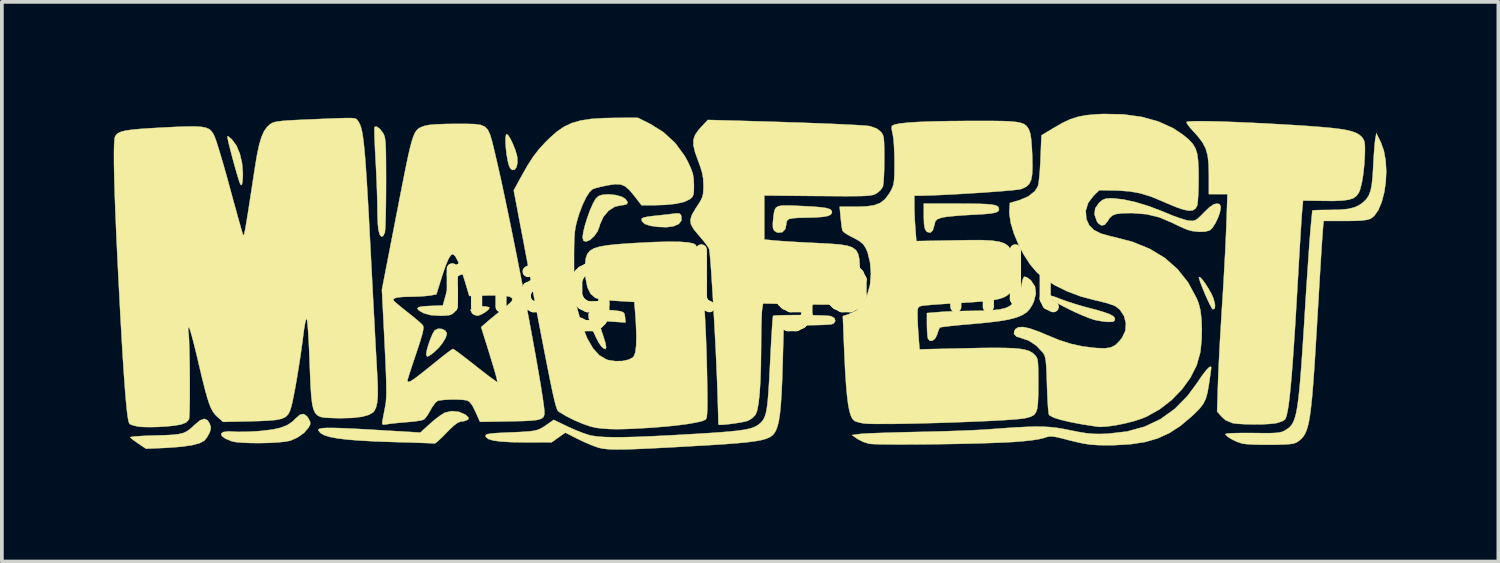
<source format=kicad_pcb>
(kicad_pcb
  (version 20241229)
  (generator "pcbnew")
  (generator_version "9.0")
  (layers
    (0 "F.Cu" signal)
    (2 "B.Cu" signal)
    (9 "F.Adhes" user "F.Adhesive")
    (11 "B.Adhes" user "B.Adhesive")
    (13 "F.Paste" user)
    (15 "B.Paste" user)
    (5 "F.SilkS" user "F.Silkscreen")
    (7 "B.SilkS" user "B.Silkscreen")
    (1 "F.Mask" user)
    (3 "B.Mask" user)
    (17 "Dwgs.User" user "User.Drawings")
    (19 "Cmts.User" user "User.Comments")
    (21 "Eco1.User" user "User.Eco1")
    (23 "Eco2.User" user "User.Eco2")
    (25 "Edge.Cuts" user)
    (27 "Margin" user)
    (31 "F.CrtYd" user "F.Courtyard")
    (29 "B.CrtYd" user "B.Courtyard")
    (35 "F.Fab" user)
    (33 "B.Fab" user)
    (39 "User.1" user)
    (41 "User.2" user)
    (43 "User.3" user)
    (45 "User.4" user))
  (footprint "mag-logo-fill"
    (layer "F.Cu")
    (at 17.056 4.482)
    (property "Reference" "mag-logo-fill" (at 0 0 0) (layer "F.SilkS") (effects (font (size 1.524 1.524) (thickness 0.3))))
    (attr through_hole)
    (fp_poly (pts (xy -7.091 0.684) (xy -7.006 0.7) (xy -6.985 0.717) (xy -7.019 0.772) (xy -7.103 0.839) (xy -7.205 0.898) (xy -7.297 0.93) (xy -7.314 0.931) (xy -7.411 0.901) (xy -7.45 0.868) (xy -7.493 0.781) (xy -7.456 0.719) (xy -7.342 0.684) (xy -7.219 0.677) (xy -7.091 0.684)) (stroke (width 0.01) (type solid)) (fill yes) (layer "F.SilkS"))
    (fp_poly (pts (xy 12.07 -0.094) (xy 12.134 -0.023) (xy 12.214 0.087) (xy 12.296 0.218) (xy 12.369 0.351) (xy 12.421 0.468) (xy 12.429 0.493) (xy 12.464 0.647) (xy 12.456 0.735) (xy 12.406 0.762) (xy 12.376 0.725) (xy 12.322 0.627) (xy 12.253 0.481) (xy 12.19 0.338) (xy 12.119 0.165) (xy 12.065 0.021) (xy 12.035 -0.075) (xy 12.032 -0.108) (xy 12.07 -0.094)) (stroke (width 0.01) (type solid)) (fill yes) (layer "F.SilkS"))
    (fp_poly (pts (xy -6.48 -3.9) (xy -6.421 -3.805) (xy -6.358 -3.673) (xy -6.299 -3.527) (xy -6.256 -3.388) (xy -6.241 -3.318) (xy -6.235 -3.169) (xy -6.261 -3.053) (xy -6.31 -2.984) (xy -6.374 -2.976) (xy -6.427 -3.018) (xy -6.463 -3.095) (xy -6.496 -3.222) (xy -6.524 -3.381) (xy -6.544 -3.551) (xy -6.555 -3.711) (xy -6.554 -3.841) (xy -6.54 -3.921) (xy -6.522 -3.937) (xy -6.48 -3.9)) (stroke (width 0.01) (type solid)) (fill yes) (layer "F.SilkS"))
    (fp_poly (pts (xy -1.898 -1.809) (xy -1.86 -1.781) (xy -1.843 -1.742) (xy -1.84 -1.622) (xy -1.91 -1.53) (xy -2.044 -1.469) (xy -2.235 -1.442) (xy -2.474 -1.45) (xy -2.682 -1.481) (xy -2.822 -1.528) (xy -2.899 -1.599) (xy -2.906 -1.672) (xy -2.861 -1.698) (xy -2.754 -1.722) (xy -2.621 -1.74) (xy -2.427 -1.76) (xy -2.222 -1.783) (xy -2.11 -1.797) (xy -1.973 -1.813) (xy -1.898 -1.809)) (stroke (width 0.01) (type solid)) (fill yes) (layer "F.SilkS"))
    (fp_poly (pts (xy -8.26 1.286) (xy -8.171 1.329) (xy -8.128 1.4) (xy -8.128 1.409) (xy -8.158 1.517) (xy -8.238 1.654) (xy -8.35 1.795) (xy -8.478 1.916) (xy -8.49 1.925) (xy -8.596 2.002) (xy -8.653 2.026) (xy -8.675 1.998) (xy -8.678 1.946) (xy -8.662 1.845) (xy -8.621 1.703) (xy -8.566 1.549) (xy -8.508 1.414) (xy -8.457 1.327) (xy -8.45 1.32) (xy -8.364 1.28) (xy -8.26 1.286)) (stroke (width 0.01) (type solid)) (fill yes) (layer "F.SilkS"))
    (fp_poly (pts (xy -13.986 -3.873) (xy -13.919 -3.82) (xy -13.884 -3.787) (xy -13.768 -3.629) (xy -13.677 -3.412) (xy -13.618 -3.157) (xy -13.596 -2.887) (xy -13.597 -2.815) (xy -13.607 -2.664) (xy -13.621 -2.587) (xy -13.643 -2.571) (xy -13.66 -2.587) (xy -13.683 -2.642) (xy -13.722 -2.761) (xy -13.771 -2.926) (xy -13.826 -3.12) (xy -13.881 -3.324) (xy -13.933 -3.52) (xy -13.975 -3.69) (xy -14.003 -3.817) (xy -14.012 -3.879) (xy -13.986 -3.873)) (stroke (width 0.01) (type solid)) (fill yes) (layer "F.SilkS"))
    (fp_poly (pts (xy -7.905 -0.046) (xy -7.866 0.055) (xy -7.843 0.2) (xy -7.835 0.368) (xy -7.843 0.539) (xy -7.868 0.693) (xy -7.911 0.81) (xy -7.934 0.843) (xy -7.992 0.891) (xy -8.071 0.918) (xy -8.196 0.93) (xy -8.314 0.931) (xy -8.568 0.914) (xy -8.749 0.863) (xy -8.76 0.857) (xy -8.878 0.789) (xy -8.921 0.738) (xy -8.886 0.703) (xy -8.772 0.68) (xy -8.587 0.669) (xy -8.235 0.656) (xy -8.165 0.402) (xy -8.098 0.175) (xy -8.044 0.024) (xy -7.997 -0.06) (xy -7.959 -0.085) (xy -7.905 -0.046)) (stroke (width 0.01) (type solid)) (fill yes) (layer "F.SilkS"))
    (fp_poly (pts (xy 8.034 0.386) (xy 8.16 0.422) (xy 8.337 0.489) (xy 8.502 0.55) (xy 8.713 0.618) (xy 8.933 0.682) (xy 9.011 0.703) (xy 9.291 0.777) (xy 9.497 0.839) (xy 9.639 0.891) (xy 9.727 0.938) (xy 9.77 0.983) (xy 9.779 1.02) (xy 9.765 1.071) (xy 9.709 1.094) (xy 9.599 1.097) (xy 9.444 1.082) (xy 9.27 1.051) (xy 9.21 1.036) (xy 9.084 0.993) (xy 8.909 0.922) (xy 8.711 0.835) (xy 8.575 0.77) (xy 8.346 0.653) (xy 8.168 0.552) (xy 8.045 0.471) (xy 7.979 0.414) (xy 7.974 0.384) (xy 8.034 0.386)) (stroke (width 0.01) (type solid)) (fill yes) (layer "F.SilkS"))
    (fp_poly (pts (xy -3.597 -2.303) (xy -3.437 -2.257) (xy -3.34 -2.197) (xy -3.282 -2.113) (xy -3.304 -2.058) (xy -3.404 -2.033) (xy -3.442 -2.032) (xy -3.626 -1.992) (xy -3.795 -1.882) (xy -3.933 -1.717) (xy -4.026 -1.512) (xy -4.041 -1.451) (xy -4.094 -1.322) (xy -4.183 -1.197) (xy -4.289 -1.102) (xy -4.389 -1.059) (xy -4.398 -1.058) (xy -4.464 -1.077) (xy -4.486 -1.15) (xy -4.487 -1.181) (xy -4.471 -1.309) (xy -4.427 -1.489) (xy -4.364 -1.693) (xy -4.29 -1.896) (xy -4.213 -2.072) (xy -4.208 -2.083) (xy -4.135 -2.208) (xy -4.064 -2.275) (xy -3.968 -2.308) (xy -3.958 -2.31) (xy -3.781 -2.323) (xy -3.597 -2.303)) (stroke (width 0.01) (type solid)) (fill yes) (layer "F.SilkS"))
    (fp_poly (pts (xy -3.696 0.783) (xy -3.609 0.792) (xy -3.472 0.813) (xy -3.398 0.839) (xy -3.365 0.884) (xy -3.353 0.962) (xy -3.352 0.969) (xy -3.338 1.113) (xy -3.68 1.09) (xy -3.859 1.08) (xy -3.969 1.09) (xy -4.018 1.132) (xy -4.016 1.221) (xy -3.973 1.369) (xy -3.937 1.471) (xy -3.878 1.66) (xy -3.858 1.779) (xy -3.877 1.827) (xy -3.934 1.802) (xy -3.993 1.744) (xy -4.061 1.644) (xy -4.14 1.491) (xy -4.219 1.314) (xy -4.284 1.142) (xy -4.323 1.003) (xy -4.328 0.966) (xy -4.331 0.888) (xy -4.31 0.844) (xy -4.247 0.818) (xy -4.123 0.797) (xy -4.096 0.793) (xy -3.904 0.779) (xy -3.696 0.783)) (stroke (width 0.01) (type solid)) (fill yes) (layer "F.SilkS"))
    (fp_poly (pts (xy -14.545 3.733) (xy -14.488 3.819) (xy -14.455 3.917) (xy -14.469 4.014) (xy -14.492 4.073) (xy -14.556 4.189) (xy -14.628 4.279) (xy -14.631 4.281) (xy -14.756 4.348) (xy -14.963 4.402) (xy -15.249 4.443) (xy -15.611 4.47) (xy -15.684 4.474) (xy -16.192 4.496) (xy -16.394 4.361) (xy -16.507 4.281) (xy -16.589 4.218) (xy -16.616 4.191) (xy -16.583 4.179) (xy -16.479 4.167) (xy -16.317 4.155) (xy -16.112 4.146) (xy -15.949 4.141) (xy -15.671 4.134) (xy -15.461 4.122) (xy -15.305 4.103) (xy -15.185 4.072) (xy -15.087 4.023) (xy -14.994 3.954) (xy -14.891 3.859) (xy -14.874 3.843) (xy -14.737 3.731) (xy -14.629 3.695) (xy -14.545 3.733)) (stroke (width 0.01) (type solid)) (fill yes) (layer "F.SilkS"))
    (fp_poly (pts (xy -11.875 3.63) (xy -11.839 3.683) (xy -11.792 3.776) (xy -11.791 3.843) (xy -11.834 3.928) (xy -11.955 4.07) (xy -12.131 4.195) (xy -12.323 4.28) (xy -12.457 4.306) (xy -12.652 4.326) (xy -12.885 4.339) (xy -13.137 4.345) (xy -13.385 4.343) (xy -13.61 4.334) (xy -13.789 4.318) (xy -13.89 4.297) (xy -14.064 4.226) (xy -14.159 4.155) (xy -14.178 4.093) (xy -14.12 4.049) (xy -13.987 4.031) (xy -13.869 4.037) (xy -13.717 4.044) (xy -13.511 4.042) (xy -13.283 4.032) (xy -13.124 4.02) (xy -12.822 3.985) (xy -12.589 3.935) (xy -12.409 3.865) (xy -12.265 3.769) (xy -12.177 3.682) (xy -12.062 3.583) (xy -11.963 3.566) (xy -11.875 3.63)) (stroke (width 0.01) (type solid)) (fill yes) (layer "F.SilkS"))
    (fp_poly (pts (xy 1.244 -2.016) (xy 1.39 -2.009) (xy 1.679 -1.994) (xy 1.894 -1.977) (xy 2.043 -1.955) (xy 2.137 -1.927) (xy 2.184 -1.891) (xy 2.195 -1.843) (xy 2.193 -1.828) (xy 2.162 -1.779) (xy 2.086 -1.743) (xy 1.954 -1.719) (xy 1.757 -1.704) (xy 1.517 -1.698) (xy 1.293 -1.693) (xy 1.14 -1.682) (xy 1.045 -1.661) (xy 0.995 -1.625) (xy 0.975 -1.57) (xy 0.973 -1.53) (xy 0.944 -1.391) (xy 0.866 -1.309) (xy 0.753 -1.295) (xy 0.72 -1.304) (xy 0.648 -1.346) (xy 0.613 -1.422) (xy 0.61 -1.551) (xy 0.619 -1.651) (xy 0.635 -1.793) (xy 0.655 -1.895) (xy 0.691 -1.963) (xy 0.756 -2.004) (xy 0.861 -2.022) (xy 1.02 -2.024) (xy 1.244 -2.016)) (stroke (width 0.01) (type solid)) (fill yes) (layer "F.SilkS"))
    (fp_poly (pts (xy 5.863 -2.073) (xy 6.132 -2.069) (xy 6.334 -2.061) (xy 6.479 -2.048) (xy 6.575 -2.029) (xy 6.633 -2.005) (xy 6.66 -1.973) (xy 6.661 -1.97) (xy 6.673 -1.913) (xy 6.651 -1.869) (xy 6.587 -1.836) (xy 6.47 -1.812) (xy 6.29 -1.794) (xy 6.037 -1.779) (xy 5.962 -1.775) (xy 5.72 -1.762) (xy 5.495 -1.744) (xy 5.305 -1.725) (xy 5.172 -1.706) (xy 5.138 -1.698) (xy 5.026 -1.66) (xy 4.969 -1.607) (xy 4.941 -1.51) (xy 4.937 -1.486) (xy 4.897 -1.355) (xy 4.832 -1.295) (xy 4.752 -1.313) (xy 4.721 -1.338) (xy 4.685 -1.405) (xy 4.664 -1.524) (xy 4.657 -1.711) (xy 4.657 -1.739) (xy 4.657 -2.074) (xy 5.519 -2.074) (xy 5.863 -2.073)) (stroke (width 0.01) (type solid)) (fill yes) (layer "F.SilkS"))
    (fp_poly (pts (xy -9.928 -4.081) (xy -9.845 -3.975) (xy -9.84 -3.967) (xy -9.816 -3.922) (xy -9.797 -3.87) (xy -9.783 -3.799) (xy -9.772 -3.701) (xy -9.765 -3.564) (xy -9.761 -3.378) (xy -9.759 -3.133) (xy -9.758 -2.82) (xy -9.758 -2.625) (xy -9.759 -2.308) (xy -9.762 -2.014) (xy -9.767 -1.754) (xy -9.773 -1.542) (xy -9.781 -1.389) (xy -9.789 -1.307) (xy -9.79 -1.302) (xy -9.835 -1.206) (xy -9.884 -1.189) (xy -9.93 -1.247) (xy -9.963 -1.376) (xy -9.964 -1.382) (xy -9.976 -1.514) (xy -9.985 -1.699) (xy -9.99 -1.904) (xy -9.99 -1.985) (xy -9.993 -2.159) (xy -10 -2.396) (xy -10.01 -2.673) (xy -10.023 -2.97) (xy -10.038 -3.251) (xy -10.052 -3.512) (xy -10.062 -3.742) (xy -10.068 -3.931) (xy -10.07 -4.063) (xy -10.067 -4.127) (xy -10.066 -4.13) (xy -10.007 -4.137) (xy -9.928 -4.081)) (stroke (width 0.01) (type solid)) (fill yes) (layer "F.SilkS"))
    (fp_poly (pts (xy -7.803 3.508) (xy -7.636 3.581) (xy -7.61 3.601) (xy -7.548 3.662) (xy -7.551 3.702) (xy -7.578 3.724) (xy -7.669 3.758) (xy -7.747 3.767) (xy -7.826 3.792) (xy -7.934 3.869) (xy -8.078 4.006) (xy -8.134 4.064) (xy -8.258 4.19) (xy -8.362 4.288) (xy -8.432 4.345) (xy -8.451 4.354) (xy -8.502 4.351) (xy -8.626 4.346) (xy -8.81 4.339) (xy -9.045 4.331) (xy -9.316 4.323) (xy -9.568 4.316) (xy -10.054 4.299) (xy -10.462 4.277) (xy -10.797 4.251) (xy -11.064 4.218) (xy -11.269 4.179) (xy -11.417 4.132) (xy -11.515 4.076) (xy -11.568 4.011) (xy -11.572 4.002) (xy -11.568 3.976) (xy -11.531 3.957) (xy -11.454 3.944) (xy -11.329 3.938) (xy -11.152 3.939) (xy -10.914 3.946) (xy -10.611 3.96) (xy -10.234 3.98) (xy -9.891 4.001) (xy -8.84 4.064) (xy -8.579 3.826) (xy -8.438 3.705) (xy -8.3 3.602) (xy -8.191 3.534) (xy -8.176 3.527) (xy -7.995 3.488) (xy -7.803 3.508)) (stroke (width 0.01) (type solid)) (fill yes) (layer "F.SilkS"))
    (fp_poly (pts (xy 7.415 -0.1) (xy 7.503 -0.037) (xy 7.535 -0.007) (xy 7.638 0.15) (xy 7.661 0.336) (xy 7.606 0.552) (xy 7.567 0.636) (xy 7.498 0.748) (xy 7.409 0.841) (xy 7.29 0.917) (xy 7.134 0.98) (xy 6.93 1.033) (xy 6.671 1.077) (xy 6.346 1.116) (xy 5.948 1.153) (xy 5.866 1.16) (xy 5.622 1.181) (xy 5.408 1.202) (xy 5.238 1.222) (xy 5.126 1.238) (xy 5.087 1.249) (xy 5.058 1.305) (xy 5.022 1.408) (xy 5.015 1.432) (xy 4.963 1.54) (xy 4.89 1.6) (xy 4.818 1.603) (xy 4.768 1.544) (xy 4.755 1.469) (xy 4.745 1.337) (xy 4.741 1.176) (xy 4.741 1.167) (xy 4.741 0.859) (xy 5.065 0.832) (xy 5.242 0.82) (xy 5.471 0.811) (xy 5.721 0.804) (xy 5.922 0.801) (xy 6.251 0.796) (xy 6.506 0.783) (xy 6.699 0.76) (xy 6.842 0.726) (xy 6.947 0.68) (xy 7.01 0.632) (xy 7.174 0.423) (xy 7.266 0.169) (xy 7.279 0.088) (xy 7.304 -0.029) (xy 7.34 -0.104) (xy 7.355 -0.116) (xy 7.415 -0.1)) (stroke (width 0.01) (type solid)) (fill yes) (layer "F.SilkS"))
    (fp_poly (pts (xy 9.729 -2.216) (xy 10.007 -2.185) (xy 10.335 -2.113) (xy 10.695 -2.003) (xy 11.067 -1.861) (xy 11.134 -1.832) (xy 11.332 -1.751) (xy 11.521 -1.683) (xy 11.676 -1.635) (xy 11.758 -1.618) (xy 11.852 -1.611) (xy 11.924 -1.624) (xy 11.995 -1.668) (xy 12.089 -1.755) (xy 12.167 -1.836) (xy 12.314 -1.977) (xy 12.426 -2.053) (xy 12.506 -2.074) (xy 12.586 -2.06) (xy 12.613 -1.999) (xy 12.615 -1.958) (xy 12.594 -1.836) (xy 12.54 -1.687) (xy 12.467 -1.538) (xy 12.389 -1.418) (xy 12.325 -1.358) (xy 12.201 -1.324) (xy 12.031 -1.318) (xy 11.85 -1.339) (xy 11.726 -1.373) (xy 11.609 -1.421) (xy 11.454 -1.492) (xy 11.313 -1.561) (xy 10.972 -1.706) (xy 10.628 -1.789) (xy 10.25 -1.82) (xy 10.191 -1.82) (xy 9.97 -1.815) (xy 9.817 -1.796) (xy 9.712 -1.756) (xy 9.639 -1.69) (xy 9.588 -1.607) (xy 9.506 -1.507) (xy 9.416 -1.488) (xy 9.328 -1.551) (xy 9.293 -1.607) (xy 9.232 -1.788) (xy 9.252 -1.948) (xy 9.353 -2.093) (xy 9.359 -2.098) (xy 9.445 -2.171) (xy 9.531 -2.207) (xy 9.649 -2.217) (xy 9.729 -2.216)) (stroke (width 0.01) (type solid)) (fill yes) (layer "F.SilkS"))
    (fp_poly (pts (xy 12.361 2.323) (xy 12.355 2.377) (xy 12.339 2.495) (xy 12.316 2.657) (xy 12.3 2.767) (xy 12.262 2.989) (xy 12.216 3.155) (xy 12.149 3.292) (xy 12.048 3.423) (xy 11.899 3.572) (xy 11.822 3.643) (xy 11.53 3.887) (xy 11.237 4.077) (xy 10.929 4.218) (xy 10.59 4.316) (xy 10.207 4.375) (xy 9.764 4.401) (xy 9.574 4.403) (xy 9.324 4.399) (xy 9.119 4.385) (xy 8.924 4.355) (xy 8.702 4.306) (xy 8.566 4.272) (xy 8.355 4.217) (xy 8.206 4.183) (xy 8.1 4.167) (xy 8.021 4.168) (xy 7.947 4.184) (xy 7.874 4.209) (xy 7.749 4.239) (xy 7.558 4.269) (xy 7.316 4.295) (xy 7.048 4.316) (xy 6.808 4.328) (xy 6.519 4.34) (xy 6.192 4.351) (xy 5.837 4.36) (xy 5.466 4.368) (xy 5.089 4.374) (xy 4.717 4.378) (xy 4.362 4.381) (xy 4.033 4.382) (xy 3.742 4.381) (xy 3.499 4.378) (xy 3.316 4.372) (xy 3.204 4.364) (xy 3.184 4.361) (xy 3.032 4.312) (xy 2.889 4.24) (xy 2.867 4.225) (xy 2.731 4.129) (xy 2.943 4.101) (xy 3.037 4.093) (xy 3.204 4.084) (xy 3.431 4.075) (xy 3.706 4.066) (xy 4.016 4.057) (xy 4.349 4.049) (xy 4.487 4.046) (xy 4.846 4.038) (xy 5.205 4.028) (xy 5.547 4.017) (xy 5.858 4.005) (xy 6.119 3.993) (xy 6.316 3.981) (xy 6.35 3.979) (xy 6.771 3.948) (xy 7.121 3.924) (xy 7.411 3.91) (xy 7.653 3.903) (xy 7.859 3.905) (xy 8.043 3.916) (xy 8.216 3.935) (xy 8.391 3.964) (xy 8.572 4) (xy 8.826 4.05) (xy 9.028 4.082) (xy 9.208 4.098) (xy 9.395 4.1) (xy 9.588 4.094) (xy 10.105 4.034) (xy 10.574 3.905) (xy 10.999 3.704) (xy 11.382 3.43) (xy 11.725 3.082) (xy 11.988 2.726) (xy 12.122 2.528) (xy 12.231 2.387) (xy 12.31 2.308) (xy 12.353 2.295) (xy 12.361 2.323)) (stroke (width 0.01) (type solid)) (fill yes) (layer "F.SilkS"))
    (fp_poly (pts (xy 12.358 -4.28) (xy 12.679 -4.272) (xy 13.047 -4.258) (xy 13.456 -4.24) (xy 13.899 -4.218) (xy 14.034 -4.21) (xy 14.527 -4.182) (xy 14.943 -4.155) (xy 15.29 -4.129) (xy 15.574 -4.103) (xy 15.802 -4.076) (xy 15.983 -4.046) (xy 16.123 -4.013) (xy 16.23 -3.975) (xy 16.312 -3.932) (xy 16.375 -3.881) (xy 16.392 -3.864) (xy 16.44 -3.803) (xy 16.468 -3.734) (xy 16.481 -3.633) (xy 16.482 -3.478) (xy 16.48 -3.411) (xy 16.465 -3.131) (xy 16.437 -2.864) (xy 16.398 -2.63) (xy 16.351 -2.449) (xy 16.32 -2.371) (xy 16.26 -2.285) (xy 16.176 -2.222) (xy 16.054 -2.18) (xy 15.883 -2.156) (xy 15.65 -2.146) (xy 15.402 -2.147) (xy 14.823 -2.156) (xy 14.799 -1.893) (xy 14.79 -1.789) (xy 14.778 -1.612) (xy 14.763 -1.374) (xy 14.745 -1.087) (xy 14.726 -0.763) (xy 14.705 -0.414) (xy 14.689 -0.127) (xy 14.649 0.56) (xy 14.613 1.166) (xy 14.578 1.696) (xy 14.546 2.154) (xy 14.516 2.544) (xy 14.487 2.87) (xy 14.459 3.138) (xy 14.432 3.35) (xy 14.404 3.51) (xy 14.377 3.624) (xy 14.349 3.696) (xy 14.332 3.72) (xy 14.256 3.763) (xy 14.136 3.803) (xy 14.091 3.813) (xy 13.938 3.831) (xy 13.73 3.842) (xy 13.496 3.844) (xy 13.263 3.839) (xy 13.06 3.827) (xy 12.935 3.81) (xy 12.75 3.733) (xy 12.643 3.639) (xy 12.519 3.499) (xy 12.544 2.712) (xy 12.554 2.454) (xy 12.569 2.133) (xy 12.587 1.768) (xy 12.609 1.382) (xy 12.632 0.995) (xy 12.653 0.656) (xy 12.677 0.281) (xy 12.7 -0.118) (xy 12.722 -0.517) (xy 12.742 -0.895) (xy 12.757 -1.231) (xy 12.767 -1.471) (xy 12.796 -2.328) (xy 12.298 -2.328) (xy 12.298 -2.847) (xy 12.291 -3.136) (xy 12.266 -3.362) (xy 12.214 -3.547) (xy 12.129 -3.713) (xy 12.002 -3.879) (xy 11.891 -4.001) (xy 11.79 -4.115) (xy 11.721 -4.207) (xy 11.697 -4.258) (xy 11.699 -4.262) (xy 11.755 -4.275) (xy 11.889 -4.282) (xy 12.092 -4.284) (xy 12.358 -4.28)) (stroke (width 0.01) (type solid)) (fill yes) (layer "F.SilkS"))
    (fp_poly (pts (xy 16.908 -3.717) (xy 16.989 -3.491) (xy 17.037 -3.227) (xy 17.053 -2.943) (xy 17.04 -2.652) (xy 16.998 -2.372) (xy 16.931 -2.116) (xy 16.841 -1.901) (xy 16.728 -1.742) (xy 16.636 -1.671) (xy 16.552 -1.643) (xy 16.425 -1.624) (xy 16.239 -1.613) (xy 15.984 -1.609) (xy 15.944 -1.609) (xy 15.374 -1.609) (xy 15.35 -1.344) (xy 15.343 -1.246) (xy 15.332 -1.074) (xy 15.316 -0.838) (xy 15.298 -0.547) (xy 15.278 -0.213) (xy 15.256 0.156) (xy 15.233 0.548) (xy 15.218 0.804) (xy 15.182 1.408) (xy 15.15 1.933) (xy 15.121 2.385) (xy 15.093 2.771) (xy 15.066 3.096) (xy 15.038 3.366) (xy 15.01 3.589) (xy 14.98 3.768) (xy 14.946 3.912) (xy 14.909 4.024) (xy 14.867 4.113) (xy 14.82 4.182) (xy 14.766 4.24) (xy 14.705 4.291) (xy 14.697 4.297) (xy 14.643 4.331) (xy 14.576 4.355) (xy 14.48 4.371) (xy 14.341 4.381) (xy 14.143 4.387) (xy 13.97 4.39) (xy 13.735 4.39) (xy 13.517 4.385) (xy 13.336 4.375) (xy 13.213 4.362) (xy 13.191 4.357) (xy 13.058 4.313) (xy 12.925 4.251) (xy 12.814 4.183) (xy 12.75 4.124) (xy 12.742 4.103) (xy 12.783 4.091) (xy 12.895 4.082) (xy 13.068 4.076) (xy 13.288 4.074) (xy 13.473 4.075) (xy 13.742 4.078) (xy 13.94 4.078) (xy 14.083 4.072) (xy 14.184 4.061) (xy 14.259 4.043) (xy 14.32 4.016) (xy 14.35 3.999) (xy 14.414 3.958) (xy 14.471 3.911) (xy 14.52 3.852) (xy 14.564 3.775) (xy 14.602 3.674) (xy 14.637 3.544) (xy 14.668 3.377) (xy 14.697 3.168) (xy 14.725 2.911) (xy 14.753 2.599) (xy 14.781 2.227) (xy 14.811 1.788) (xy 14.845 1.276) (xy 14.879 0.72) (xy 14.904 0.323) (xy 14.929 -0.062) (xy 14.954 -0.426) (xy 14.976 -0.756) (xy 14.996 -1.04) (xy 15.014 -1.266) (xy 15.027 -1.423) (xy 15.03 -1.454) (xy 15.047 -1.633) (xy 15.061 -1.776) (xy 15.069 -1.867) (xy 15.071 -1.888) (xy 15.11 -1.895) (xy 15.217 -1.901) (xy 15.374 -1.904) (xy 15.526 -1.905) (xy 15.809 -1.911) (xy 16.026 -1.932) (xy 16.193 -1.971) (xy 16.326 -2.032) (xy 16.43 -2.106) (xy 16.519 -2.193) (xy 16.585 -2.292) (xy 16.633 -2.418) (xy 16.666 -2.586) (xy 16.689 -2.81) (xy 16.704 -3.075) (xy 16.716 -3.303) (xy 16.731 -3.514) (xy 16.745 -3.685) (xy 16.758 -3.796) (xy 16.76 -3.81) (xy 16.789 -3.958) (xy 16.908 -3.717)) (stroke (width 0.01) (type solid)) (fill yes) (layer "F.SilkS"))
    (fp_poly (pts (xy 1.379 0.914) (xy 1.602 0.917) (xy 1.81 0.921) (xy 1.985 0.927) (xy 2.113 0.935) (xy 2.17 0.943) (xy 2.259 0.995) (xy 2.286 1.067) (xy 2.246 1.133) (xy 2.191 1.159) (xy 2.115 1.168) (xy 1.973 1.176) (xy 1.783 1.182) (xy 1.564 1.185) (xy 1.499 1.185) (xy 0.902 1.185) (xy 0.874 2.212) (xy 0.86 2.657) (xy 0.843 3.026) (xy 0.823 3.327) (xy 0.799 3.567) (xy 0.77 3.755) (xy 0.735 3.898) (xy 0.696 4) (xy 0.657 4.071) (xy 0.606 4.131) (xy 0.537 4.182) (xy 0.442 4.225) (xy 0.314 4.262) (xy 0.145 4.294) (xy -0.073 4.322) (xy -0.345 4.348) (xy -0.681 4.374) (xy -1.087 4.4) (xy -1.524 4.425) (xy -2.031 4.454) (xy -2.462 4.477) (xy -2.823 4.494) (xy -3.121 4.507) (xy -3.366 4.514) (xy -3.564 4.516) (xy -3.722 4.513) (xy -3.848 4.505) (xy -3.95 4.492) (xy -4.035 4.475) (xy -4.108 4.453) (xy -4.267 4.393) (xy -4.459 4.31) (xy -4.643 4.222) (xy -4.647 4.22) (xy -4.952 4.065) (xy -5.137 4.195) (xy -5.322 4.326) (xy -6.037 4.325) (xy -6.396 4.32) (xy -6.675 4.304) (xy -6.88 4.277) (xy -7.013 4.237) (xy -7.08 4.185) (xy -7.091 4.148) (xy -7.078 4.123) (xy -7.031 4.104) (xy -6.939 4.089) (xy -6.791 4.076) (xy -6.575 4.065) (xy -6.435 4.059) (xy -6.167 4.048) (xy -5.968 4.035) (xy -5.821 4.019) (xy -5.71 3.995) (xy -5.619 3.959) (xy -5.531 3.908) (xy -5.437 3.844) (xy -5.264 3.722) (xy -4.865 3.914) (xy -4.669 4.001) (xy -4.473 4.078) (xy -4.306 4.132) (xy -4.238 4.148) (xy -4.085 4.169) (xy -3.89 4.183) (xy -3.644 4.188) (xy -3.341 4.186) (xy -2.975 4.176) (xy -2.539 4.157) (xy -2.026 4.131) (xy -1.99 4.129) (xy -1.517 4.102) (xy -1.12 4.078) (xy -0.793 4.055) (xy -0.527 4.033) (xy -0.314 4.01) (xy -0.147 3.986) (xy -0.018 3.959) (xy 0.082 3.928) (xy 0.159 3.893) (xy 0.222 3.853) (xy 0.235 3.843) (xy 0.298 3.788) (xy 0.349 3.726) (xy 0.39 3.648) (xy 0.424 3.543) (xy 0.451 3.403) (xy 0.473 3.218) (xy 0.493 2.979) (xy 0.512 2.676) (xy 0.532 2.299) (xy 0.537 2.203) (xy 0.553 1.886) (xy 0.568 1.598) (xy 0.583 1.349) (xy 0.596 1.149) (xy 0.607 1.01) (xy 0.615 0.941) (xy 0.617 0.935) (xy 0.667 0.926) (xy 0.784 0.92) (xy 0.953 0.916) (xy 1.157 0.914) (xy 1.379 0.914)) (stroke (width 0.01) (type solid)) (fill yes) (layer "F.SilkS"))
    (fp_poly (pts (xy -0.302 -4.295) (xy 0.276 -4.278) (xy 0.82 -4.262) (xy 1.324 -4.245) (xy 1.782 -4.228) (xy 2.188 -4.212) (xy 2.536 -4.196) (xy 2.821 -4.182) (xy 3.036 -4.168) (xy 3.175 -4.156) (xy 3.216 -4.15) (xy 3.4 -4.084) (xy 3.502 -4.002) (xy 3.539 -3.954) (xy 3.566 -3.9) (xy 3.583 -3.826) (xy 3.592 -3.717) (xy 3.597 -3.557) (xy 3.598 -3.331) (xy 3.598 -3.26) (xy 3.596 -3.029) (xy 3.588 -2.821) (xy 3.577 -2.654) (xy 3.564 -2.546) (xy 3.558 -2.524) (xy 3.494 -2.432) (xy 3.391 -2.348) (xy 3.378 -2.341) (xy 3.334 -2.32) (xy 3.281 -2.304) (xy 3.21 -2.291) (xy 3.111 -2.282) (xy 2.974 -2.277) (xy 2.791 -2.274) (xy 2.553 -2.273) (xy 2.25 -2.275) (xy 1.872 -2.278) (xy 1.81 -2.278) (xy 0.381 -2.292) (xy 0.381 -1.112) (xy 0.667 -1.084) (xy 0.801 -1.073) (xy 1 -1.06) (xy 1.245 -1.045) (xy 1.518 -1.03) (xy 1.793 -1.017) (xy 2.134 -0.999) (xy 2.4 -0.979) (xy 2.6 -0.948) (xy 2.743 -0.899) (xy 2.84 -0.826) (xy 2.898 -0.723) (xy 2.929 -0.581) (xy 2.94 -0.394) (xy 2.942 -0.168) (xy 2.94 0.046) (xy 2.93 0.219) (xy 2.902 0.356) (xy 2.85 0.459) (xy 2.764 0.535) (xy 2.637 0.585) (xy 2.461 0.616) (xy 2.228 0.63) (xy 1.929 0.633) (xy 1.557 0.627) (xy 1.391 0.624) (xy 0.348 0.602) (xy 0.323 0.756) (xy 0.315 0.845) (xy 0.308 1.003) (xy 0.302 1.215) (xy 0.298 1.464) (xy 0.296 1.735) (xy 0.296 1.778) (xy 0.29 2.261) (xy 0.277 2.676) (xy 0.255 3.02) (xy 0.225 3.289) (xy 0.188 3.481) (xy 0.145 3.587) (xy 0.058 3.677) (xy -0.056 3.746) (xy -0.14 3.77) (xy -0.271 3.795) (xy -0.425 3.819) (xy -0.582 3.839) (xy -0.719 3.852) (xy -0.815 3.855) (xy -0.848 3.847) (xy -0.849 3.801) (xy -0.852 3.686) (xy -0.857 3.514) (xy -0.863 3.301) (xy -0.868 3.128) (xy -0.877 2.859) (xy -0.889 2.547) (xy -0.904 2.203) (xy -0.921 1.836) (xy -0.94 1.458) (xy -0.961 1.077) (xy -0.982 0.703) (xy -1.003 0.348) (xy -1.024 0.019) (xy -1.043 -0.272) (xy -1.061 -0.515) (xy -1.077 -0.701) (xy -1.09 -0.819) (xy -1.097 -0.858) (xy -1.141 -0.933) (xy -1.227 -1.048) (xy -1.338 -1.182) (xy -1.371 -1.219) (xy -1.509 -1.385) (xy -1.585 -1.519) (xy -1.6 -1.643) (xy -1.556 -1.779) (xy -1.455 -1.951) (xy -1.429 -1.99) (xy -1.336 -2.134) (xy -1.282 -2.243) (xy -1.257 -2.351) (xy -1.249 -2.489) (xy -1.249 -2.558) (xy -1.257 -2.746) (xy -1.288 -2.916) (xy -1.349 -3.108) (xy -1.386 -3.205) (xy -1.474 -3.449) (xy -1.518 -3.637) (xy -1.517 -3.789) (xy -1.47 -3.922) (xy -1.376 -4.055) (xy -1.328 -4.108) (xy -1.132 -4.317) (xy -0.302 -4.295)) (stroke (width 0.01) (type solid)) (fill yes) (layer "F.SilkS"))
    (fp_poly (pts (xy 10 -4.467) (xy 10.498 -4.399) (xy 10.947 -4.274) (xy 11.342 -4.095) (xy 11.609 -3.916) (xy 11.754 -3.795) (xy 11.861 -3.683) (xy 11.935 -3.562) (xy 11.983 -3.418) (xy 12.009 -3.234) (xy 12.021 -2.995) (xy 12.023 -2.756) (xy 12.02 -2.525) (xy 12.013 -2.317) (xy 12.003 -2.15) (xy 11.99 -2.042) (xy 11.984 -2.019) (xy 11.937 -1.938) (xy 11.866 -1.893) (xy 11.762 -1.885) (xy 11.614 -1.914) (xy 11.415 -1.982) (xy 11.154 -2.091) (xy 11.051 -2.137) (xy 10.737 -2.266) (xy 10.456 -2.352) (xy 10.173 -2.402) (xy 9.852 -2.425) (xy 9.758 -2.427) (xy 9.361 -2.434) (xy 9.21 -2.287) (xy 9.064 -2.097) (xy 8.998 -1.887) (xy 9.013 -1.665) (xy 9.015 -1.658) (xy 9.088 -1.496) (xy 9.213 -1.369) (xy 9.401 -1.272) (xy 9.661 -1.199) (xy 9.716 -1.188) (xy 10.247 -1.051) (xy 10.714 -0.861) (xy 11.118 -0.617) (xy 11.459 -0.317) (xy 11.742 0.04) (xy 11.967 0.457) (xy 12.02 0.584) (xy 12.068 0.766) (xy 12.098 1.007) (xy 12.11 1.286) (xy 12.103 1.578) (xy 12.075 1.86) (xy 12.065 1.926) (xy 11.971 2.26) (xy 11.804 2.591) (xy 11.576 2.906) (xy 11.297 3.193) (xy 10.98 3.439) (xy 10.636 3.631) (xy 10.505 3.686) (xy 10.285 3.758) (xy 10.039 3.82) (xy 9.79 3.87) (xy 9.562 3.901) (xy 9.379 3.911) (xy 9.313 3.906) (xy 8.919 3.845) (xy 8.59 3.783) (xy 8.329 3.722) (xy 8.142 3.663) (xy 8.033 3.606) (xy 8.012 3.585) (xy 8 3.528) (xy 7.988 3.401) (xy 7.976 3.219) (xy 7.966 2.996) (xy 7.959 2.786) (xy 7.95 2.513) (xy 7.941 2.311) (xy 7.929 2.166) (xy 7.914 2.065) (xy 7.893 1.995) (xy 7.865 1.942) (xy 7.85 1.921) (xy 7.675 1.735) (xy 7.474 1.6) (xy 7.279 1.533) (xy 7.139 1.488) (xy 7.073 1.418) (xy 7.087 1.328) (xy 7.114 1.289) (xy 7.195 1.239) (xy 7.323 1.234) (xy 7.506 1.274) (xy 7.747 1.36) (xy 7.93 1.438) (xy 8.282 1.582) (xy 8.597 1.684) (xy 8.907 1.752) (xy 9.242 1.793) (xy 9.292 1.797) (xy 9.509 1.805) (xy 9.667 1.782) (xy 9.792 1.719) (xy 9.906 1.605) (xy 9.97 1.523) (xy 10.058 1.338) (xy 10.075 1.136) (xy 10.025 0.94) (xy 9.913 0.77) (xy 9.8 0.679) (xy 9.705 0.639) (xy 9.552 0.59) (xy 9.363 0.541) (xy 9.229 0.511) (xy 8.86 0.413) (xy 8.497 0.276) (xy 8.162 0.111) (xy 7.874 -0.073) (xy 7.686 -0.232) (xy 7.508 -0.443) (xy 7.34 -0.7) (xy 7.192 -0.984) (xy 7.072 -1.275) (xy 6.988 -1.553) (xy 6.951 -1.799) (xy 6.951 -1.89) (xy 6.964 -2.091) (xy 7.212 -2.164) (xy 7.461 -2.268) (xy 7.635 -2.409) (xy 7.716 -2.54) (xy 7.733 -2.619) (xy 7.751 -2.765) (xy 7.768 -2.958) (xy 7.781 -3.182) (xy 7.785 -3.275) (xy 7.811 -3.904) (xy 8.124 -4.094) (xy 8.369 -4.235) (xy 8.584 -4.336) (xy 8.795 -4.403) (xy 9.026 -4.446) (xy 9.304 -4.469) (xy 9.462 -4.477) (xy 10 -4.467)) (stroke (width 0.01) (type solid)) (fill yes) (layer "F.SilkS"))
    (fp_poly (pts (xy -2.684 -4.214) (xy -2.321 -3.988) (xy -2.007 -3.698) (xy -1.753 -3.353) (xy -1.669 -3.199) (xy -1.586 -3.02) (xy -1.536 -2.879) (xy -1.513 -2.743) (xy -1.505 -2.579) (xy -1.505 -2.574) (xy -1.507 -2.414) (xy -1.519 -2.314) (xy -1.549 -2.251) (xy -1.603 -2.201) (xy -1.609 -2.197) (xy -1.759 -2.123) (xy -1.984 -2.07) (xy -2.272 -2.04) (xy -2.541 -2.032) (xy -2.911 -2.032) (xy -3.092 -2.267) (xy -3.231 -2.435) (xy -3.349 -2.539) (xy -3.471 -2.589) (xy -3.621 -2.594) (xy -3.82 -2.565) (xy -3.827 -2.563) (xy -3.992 -2.528) (xy -4.131 -2.493) (xy -4.218 -2.463) (xy -4.223 -2.461) (xy -4.306 -2.381) (xy -4.399 -2.235) (xy -4.493 -2.036) (xy -4.582 -1.802) (xy -4.622 -1.671) (xy -4.656 -1.547) (xy -4.681 -1.431) (xy -4.699 -1.307) (xy -4.71 -1.159) (xy -4.716 -0.972) (xy -4.719 -0.729) (xy -4.719 -0.466) (xy -4.718 -0.156) (xy -4.714 0.085) (xy -4.705 0.276) (xy -4.691 0.431) (xy -4.67 0.568) (xy -4.642 0.704) (xy -4.624 0.775) (xy -4.501 1.198) (xy -4.364 1.54) (xy -4.212 1.803) (xy -4.044 1.989) (xy -3.858 2.1) (xy -3.799 2.12) (xy -3.61 2.149) (xy -3.42 2.145) (xy -3.254 2.108) (xy -3.137 2.045) (xy -3.122 2.028) (xy -3.078 1.921) (xy -3.053 1.732) (xy -3.047 1.462) (xy -3.061 1.111) (xy -3.075 0.906) (xy -3.102 0.562) (xy -3.569 0.534) (xy -3.771 0.518) (xy -3.951 0.496) (xy -4.086 0.472) (xy -4.145 0.454) (xy -4.272 0.349) (xy -4.36 0.172) (xy -4.409 -0.077) (xy -4.421 -0.301) (xy -4.418 -0.474) (xy -4.402 -0.614) (xy -4.363 -0.724) (xy -4.293 -0.81) (xy -4.185 -0.874) (xy -4.029 -0.922) (xy -3.817 -0.958) (xy -3.541 -0.986) (xy -3.192 -1.011) (xy -3.015 -1.021) (xy -2.556 -1.044) (xy -2.179 -1.054) (xy -1.883 -1.05) (xy -1.664 -1.034) (xy -1.522 -1.005) (xy -1.462 -0.972) (xy -1.419 -0.896) (xy -1.376 -0.769) (xy -1.355 -0.676) (xy -1.323 -0.456) (xy -1.291 -0.164) (xy -1.26 0.189) (xy -1.232 0.589) (xy -1.206 1.025) (xy -1.184 1.484) (xy -1.167 1.955) (xy -1.156 2.392) (xy -1.149 2.761) (xy -1.145 3.054) (xy -1.144 3.28) (xy -1.147 3.448) (xy -1.153 3.566) (xy -1.162 3.644) (xy -1.176 3.691) (xy -1.193 3.714) (xy -1.279 3.753) (xy -1.439 3.792) (xy -1.662 3.831) (xy -1.939 3.868) (xy -2.257 3.901) (xy -2.607 3.929) (xy -2.709 3.936) (xy -3.058 3.956) (xy -3.339 3.968) (xy -3.569 3.972) (xy -3.766 3.968) (xy -3.946 3.956) (xy -4.122 3.936) (xy -4.285 3.898) (xy -4.491 3.826) (xy -4.714 3.731) (xy -4.927 3.624) (xy -5.102 3.519) (xy -5.141 3.491) (xy -5.159 3.468) (xy -5.18 3.421) (xy -5.205 3.345) (xy -5.235 3.234) (xy -5.271 3.083) (xy -5.314 2.886) (xy -5.365 2.639) (xy -5.426 2.334) (xy -5.498 1.968) (xy -5.582 1.535) (xy -5.679 1.029) (xy -5.779 0.5) (xy -6.335 -2.429) (xy -6.126 -2.812) (xy -5.966 -3.095) (xy -5.819 -3.324) (xy -5.668 -3.521) (xy -5.494 -3.712) (xy -5.361 -3.843) (xy -5.172 -4.009) (xy -4.982 -4.138) (xy -4.777 -4.234) (xy -4.542 -4.301) (xy -4.265 -4.344) (xy -3.929 -4.366) (xy -3.59 -4.373) (xy -3.01 -4.375) (xy -2.684 -4.214)) (stroke (width 0.01) (type solid)) (fill yes) (layer "F.SilkS"))
    (fp_poly (pts (xy 6.518 -4.29) (xy 6.782 -4.286) (xy 6.988 -4.277) (xy 7.144 -4.261) (xy 7.259 -4.238) (xy 7.341 -4.207) (xy 7.399 -4.166) (xy 7.442 -4.114) (xy 7.478 -4.052) (xy 7.511 -3.953) (xy 7.536 -3.793) (xy 7.554 -3.563) (xy 7.564 -3.349) (xy 7.569 -3.067) (xy 7.561 -2.857) (xy 7.533 -2.706) (xy 7.482 -2.6) (xy 7.403 -2.527) (xy 7.293 -2.475) (xy 7.256 -2.462) (xy 7.18 -2.449) (xy 7.032 -2.433) (xy 6.826 -2.414) (xy 6.574 -2.394) (xy 6.29 -2.374) (xy 5.985 -2.354) (xy 5.674 -2.335) (xy 5.368 -2.318) (xy 5.081 -2.304) (xy 4.827 -2.294) (xy 4.617 -2.288) (xy 4.561 -2.287) (xy 4.403 -2.286) (xy 4.403 -2.021) (xy 4.407 -1.842) (xy 4.416 -1.626) (xy 4.43 -1.417) (xy 4.43 -1.413) (xy 4.457 -1.07) (xy 5.499 -1.089) (xy 5.9 -1.096) (xy 6.225 -1.095) (xy 6.482 -1.082) (xy 6.679 -1.053) (xy 6.824 -1.005) (xy 6.925 -0.932) (xy 6.992 -0.83) (xy 7.031 -0.696) (xy 7.052 -0.524) (xy 7.062 -0.31) (xy 7.063 -0.273) (xy 7.077 0.211) (xy 6.954 0.334) (xy 6.885 0.392) (xy 6.798 0.44) (xy 6.684 0.478) (xy 6.532 0.51) (xy 6.332 0.537) (xy 6.073 0.56) (xy 5.745 0.582) (xy 5.567 0.593) (xy 5.305 0.608) (xy 5.063 0.624) (xy 4.859 0.639) (xy 4.707 0.653) (xy 4.625 0.662) (xy 4.544 0.681) (xy 4.504 0.717) (xy 4.489 0.794) (xy 4.488 0.904) (xy 4.491 1.054) (xy 4.5 1.25) (xy 4.514 1.452) (xy 4.515 1.477) (xy 4.543 1.832) (xy 5.775 1.804) (xy 6.205 1.795) (xy 6.559 1.792) (xy 6.846 1.795) (xy 7.074 1.804) (xy 7.251 1.821) (xy 7.387 1.847) (xy 7.49 1.881) (xy 7.568 1.925) (xy 7.618 1.969) (xy 7.658 2.011) (xy 7.687 2.055) (xy 7.706 2.115) (xy 7.717 2.204) (xy 7.723 2.337) (xy 7.726 2.528) (xy 7.726 2.769) (xy 7.724 3.055) (xy 7.716 3.268) (xy 7.697 3.421) (xy 7.662 3.525) (xy 7.607 3.593) (xy 7.526 3.637) (xy 7.415 3.668) (xy 7.368 3.679) (xy 7.254 3.695) (xy 7.067 3.712) (xy 6.819 3.729) (xy 6.52 3.746) (xy 6.182 3.762) (xy 5.815 3.777) (xy 5.431 3.791) (xy 5.04 3.804) (xy 4.654 3.814) (xy 4.283 3.823) (xy 3.939 3.829) (xy 3.632 3.831) (xy 3.374 3.831) (xy 3.176 3.827) (xy 3.048 3.818) (xy 3.027 3.815) (xy 2.904 3.788) (xy 2.813 3.757) (xy 2.8 3.75) (xy 2.748 3.7) (xy 2.702 3.614) (xy 2.663 3.485) (xy 2.629 3.308) (xy 2.6 3.076) (xy 2.574 2.783) (xy 2.55 2.421) (xy 2.529 1.986) (xy 2.516 1.688) (xy 2.487 0.941) (xy 2.638 0.892) (xy 2.848 0.79) (xy 3.009 0.635) (xy 3.127 0.42) (xy 3.207 0.135) (xy 3.218 0.08) (xy 3.24 -0.203) (xy 3.216 -0.495) (xy 3.152 -0.762) (xy 3.101 -0.883) (xy 3.03 -0.988) (xy 2.922 -1.076) (xy 2.762 -1.162) (xy 2.627 -1.233) (xy 2.524 -1.299) (xy 2.478 -1.346) (xy 2.463 -1.415) (xy 2.445 -1.542) (xy 2.428 -1.697) (xy 2.401 -1.99) (xy 2.827 -1.99) (xy 3.109 -1.999) (xy 3.324 -2.03) (xy 3.488 -2.092) (xy 3.617 -2.192) (xy 3.727 -2.338) (xy 3.782 -2.434) (xy 3.819 -2.511) (xy 3.845 -2.593) (xy 3.86 -2.696) (xy 3.869 -2.838) (xy 3.872 -3.037) (xy 3.872 -3.196) (xy 3.867 -3.429) (xy 3.857 -3.645) (xy 3.842 -3.824) (xy 3.823 -3.943) (xy 3.819 -3.957) (xy 3.796 -4.07) (xy 3.798 -4.148) (xy 3.805 -4.16) (xy 3.876 -4.194) (xy 4.02 -4.222) (xy 4.238 -4.246) (xy 4.532 -4.264) (xy 4.905 -4.277) (xy 5.358 -4.286) (xy 5.779 -4.29) (xy 6.186 -4.291) (xy 6.518 -4.29)) (stroke (width 0.01) (type solid)) (fill yes) (layer "F.SilkS"))
    (fp_poly (pts (xy -7.385 -4.206) (xy -7.226 -4.185) (xy -7.112 -4.138) (xy -7.032 -4.057) (xy -6.972 -3.931) (xy -6.918 -3.753) (xy -6.859 -3.511) (xy -6.843 -3.442) (xy -6.764 -3.105) (xy -6.675 -2.706) (xy -6.579 -2.257) (xy -6.476 -1.766) (xy -6.369 -1.244) (xy -6.261 -0.703) (xy -6.152 -0.151) (xy -6.046 0.4) (xy -5.943 0.94) (xy -5.847 1.46) (xy -5.758 1.948) (xy -5.68 2.394) (xy -5.613 2.787) (xy -5.561 3.118) (xy -5.526 3.365) (xy -5.513 3.487) (xy -5.514 3.58) (xy -5.54 3.648) (xy -5.601 3.695) (xy -5.707 3.725) (xy -5.866 3.743) (xy -6.089 3.754) (xy -6.386 3.76) (xy -6.431 3.761) (xy -7.239 3.776) (xy -7.361 3.503) (xy -7.446 3.335) (xy -7.521 3.239) (xy -7.584 3.203) (xy -7.699 3.185) (xy -7.858 3.177) (xy -8.034 3.177) (xy -8.201 3.186) (xy -8.33 3.202) (xy -8.385 3.219) (xy -8.45 3.28) (xy -8.527 3.39) (xy -8.572 3.471) (xy -8.645 3.595) (xy -8.716 3.688) (xy -8.752 3.718) (xy -8.827 3.739) (xy -8.962 3.76) (xy -9.131 3.778) (xy -9.186 3.782) (xy -9.377 3.798) (xy -9.556 3.816) (xy -9.691 3.833) (xy -9.711 3.837) (xy -9.816 3.852) (xy -9.858 3.838) (xy -9.86 3.782) (xy -9.853 3.742) (xy -9.832 3.635) (xy -9.803 3.482) (xy -9.778 3.348) (xy -9.763 3.257) (xy -9.754 3.148) (xy -9.749 3.01) (xy -9.75 2.835) (xy -9.755 2.613) (xy -9.765 2.333) (xy -9.781 1.987) (xy -9.797 1.655) (xy -9.855 0.507) (xy -9.567 0.507) (xy -9.536 0.544) (xy -9.45 0.621) (xy -9.324 0.725) (xy -9.191 0.831) (xy -9.034 0.955) (xy -8.9 1.067) (xy -8.805 1.153) (xy -8.768 1.195) (xy -8.756 1.24) (xy -8.763 1.318) (xy -8.791 1.44) (xy -8.843 1.616) (xy -8.922 1.857) (xy -8.954 1.952) (xy -9.03 2.18) (xy -9.096 2.379) (xy -9.147 2.537) (xy -9.178 2.64) (xy -9.186 2.673) (xy -9.164 2.707) (xy -9.095 2.684) (xy -8.988 2.614) (xy -8.905 2.551) (xy -8.773 2.448) (xy -8.612 2.319) (xy -8.437 2.178) (xy -8.427 2.17) (xy -8.265 2.039) (xy -8.125 1.931) (xy -8.023 1.855) (xy -7.969 1.821) (xy -7.966 1.82) (xy -7.923 1.845) (xy -7.826 1.913) (xy -7.691 2.015) (xy -7.529 2.141) (xy -7.491 2.171) (xy -7.313 2.311) (xy -7.145 2.441) (xy -7.007 2.547) (xy -6.915 2.615) (xy -6.909 2.619) (xy -6.77 2.718) (xy -6.796 2.597) (xy -6.817 2.515) (xy -6.859 2.37) (xy -6.916 2.179) (xy -6.983 1.96) (xy -7.015 1.856) (xy -7.209 1.236) (xy -7.059 1.104) (xy -6.946 1.009) (xy -6.799 0.889) (xy -6.662 0.78) (xy -6.536 0.679) (xy -6.437 0.59) (xy -6.383 0.532) (xy -6.381 0.529) (xy -6.374 0.467) (xy -6.435 0.423) (xy -6.568 0.396) (xy -6.777 0.385) (xy -7.028 0.387) (xy -7.527 0.402) (xy -7.64 0.021) (xy -7.738 -0.288) (xy -7.824 -0.514) (xy -7.897 -0.657) (xy -7.958 -0.717) (xy -7.971 -0.72) (xy -8.023 -0.689) (xy -8.083 -0.594) (xy -8.154 -0.429) (xy -8.238 -0.188) (xy -8.29 -0.022) (xy -8.408 0.359) (xy -8.575 0.389) (xy -8.699 0.403) (xy -8.873 0.415) (xy -9.062 0.421) (xy -9.088 0.421) (xy -9.313 0.427) (xy -9.463 0.443) (xy -9.545 0.471) (xy -9.567 0.507) (xy -9.855 0.507) (xy -9.869 0.233) (xy -9.467 -1.836) (xy -9.373 -2.32) (xy -9.293 -2.728) (xy -9.225 -3.067) (xy -9.167 -3.344) (xy -9.116 -3.565) (xy -9.071 -3.737) (xy -9.028 -3.868) (xy -8.987 -3.964) (xy -8.944 -4.031) (xy -8.898 -4.078) (xy -8.847 -4.11) (xy -8.787 -4.136) (xy -8.725 -4.158) (xy -8.603 -4.183) (xy -8.402 -4.2) (xy -8.126 -4.21) (xy -7.893 -4.212) (xy -7.603 -4.212) (xy -7.385 -4.206)) (stroke (width 0.01) (type solid)) (fill yes) (layer "F.SilkS"))
    (fp_poly (pts (xy -10.691 -4.367) (xy -10.618 -4.362) (xy -10.573 -4.351) (xy -10.546 -4.336) (xy -10.527 -4.314) (xy -10.513 -4.295) (xy -10.482 -4.246) (xy -10.453 -4.187) (xy -10.427 -4.113) (xy -10.404 -4.017) (xy -10.382 -3.894) (xy -10.361 -3.738) (xy -10.34 -3.544) (xy -10.319 -3.305) (xy -10.298 -3.017) (xy -10.275 -2.672) (xy -10.251 -2.267) (xy -10.224 -1.794) (xy -10.195 -1.249) (xy -10.163 -0.625) (xy -10.16 -0.572) (xy -10.135 -0.099) (xy -10.111 0.365) (xy -10.087 0.81) (xy -10.065 1.227) (xy -10.045 1.606) (xy -10.027 1.936) (xy -10.012 2.208) (xy -10.001 2.412) (xy -9.995 2.509) (xy -9.98 2.829) (xy -9.98 3.076) (xy -9.996 3.261) (xy -10.028 3.396) (xy -10.078 3.492) (xy -10.096 3.513) (xy -10.211 3.586) (xy -10.401 3.639) (xy -10.66 3.67) (xy -10.98 3.678) (xy -11.098 3.676) (xy -11.266 3.671) (xy -11.403 3.663) (xy -11.511 3.643) (xy -11.596 3.603) (xy -11.659 3.535) (xy -11.706 3.432) (xy -11.739 3.284) (xy -11.762 3.085) (xy -11.779 2.825) (xy -11.794 2.498) (xy -11.809 2.094) (xy -11.809 2.079) (xy -11.822 1.791) (xy -11.835 1.531) (xy -11.849 1.311) (xy -11.863 1.143) (xy -11.876 1.039) (xy -11.884 1.011) (xy -11.903 1.035) (xy -11.927 1.127) (xy -11.953 1.273) (xy -11.972 1.414) (xy -12.007 1.685) (xy -12.049 1.984) (xy -12.097 2.293) (xy -12.146 2.596) (xy -12.195 2.876) (xy -12.241 3.116) (xy -12.28 3.299) (xy -12.3 3.376) (xy -12.338 3.492) (xy -12.386 3.581) (xy -12.454 3.646) (xy -12.554 3.692) (xy -12.697 3.723) (xy -12.894 3.742) (xy -13.157 3.754) (xy -13.381 3.76) (xy -14.126 3.777) (xy -14.278 3.643) (xy -14.341 3.581) (xy -14.397 3.505) (xy -14.45 3.407) (xy -14.502 3.278) (xy -14.557 3.106) (xy -14.618 2.884) (xy -14.689 2.6) (xy -14.773 2.246) (xy -14.798 2.138) (xy -14.86 1.88) (xy -14.917 1.65) (xy -14.968 1.46) (xy -15.007 1.324) (xy -15.033 1.254) (xy -15.037 1.249) (xy -15.061 1.252) (xy -15.059 1.335) (xy -15.054 1.376) (xy -15.044 1.479) (xy -15.036 1.646) (xy -15.03 1.862) (xy -15.024 2.114) (xy -15.021 2.387) (xy -15.019 2.668) (xy -15.019 2.941) (xy -15.02 3.194) (xy -15.024 3.412) (xy -15.029 3.58) (xy -15.037 3.685) (xy -15.041 3.71) (xy -15.113 3.791) (xy -15.254 3.846) (xy -15.416 3.875) (xy -15.629 3.897) (xy -15.866 3.912) (xy -16.098 3.917) (xy -16.298 3.912) (xy -16.416 3.9) (xy -16.536 3.871) (xy -16.62 3.839) (xy -16.635 3.828) (xy -16.656 3.777) (xy -16.679 3.664) (xy -16.702 3.488) (xy -16.727 3.245) (xy -16.753 2.934) (xy -16.781 2.553) (xy -16.811 2.099) (xy -16.843 1.569) (xy -16.877 0.962) (xy -16.913 0.275) (xy -16.952 -0.494) (xy -16.955 -0.55) (xy -16.985 -1.195) (xy -17.01 -1.777) (xy -17.029 -2.294) (xy -17.042 -2.743) (xy -17.05 -3.121) (xy -17.051 -3.426) (xy -17.047 -3.654) (xy -17.037 -3.803) (xy -17.025 -3.86) (xy -16.994 -3.917) (xy -16.943 -3.962) (xy -16.864 -3.999) (xy -16.747 -4.029) (xy -16.583 -4.054) (xy -16.362 -4.075) (xy -16.074 -4.095) (xy -15.727 -4.114) (xy -15.371 -4.132) (xy -15.089 -4.141) (xy -14.872 -4.142) (xy -14.709 -4.132) (xy -14.589 -4.109) (xy -14.504 -4.073) (xy -14.442 -4.021) (xy -14.393 -3.951) (xy -14.364 -3.894) (xy -14.328 -3.804) (xy -14.275 -3.645) (xy -14.209 -3.429) (xy -14.132 -3.168) (xy -14.048 -2.875) (xy -13.962 -2.563) (xy -13.95 -2.519) (xy -13.867 -2.212) (xy -13.789 -1.929) (xy -13.72 -1.68) (xy -13.663 -1.478) (xy -13.621 -1.333) (xy -13.598 -1.256) (xy -13.595 -1.25) (xy -13.586 -1.232) (xy -13.577 -1.227) (xy -13.567 -1.241) (xy -13.555 -1.282) (xy -13.539 -1.357) (xy -13.518 -1.471) (xy -13.491 -1.633) (xy -13.456 -1.849) (xy -13.413 -2.126) (xy -13.36 -2.47) (xy -13.296 -2.889) (xy -13.272 -3.047) (xy -13.215 -3.389) (xy -13.157 -3.657) (xy -13.096 -3.863) (xy -13.026 -4.018) (xy -12.944 -4.131) (xy -12.86 -4.207) (xy -12.813 -4.235) (xy -12.753 -4.257) (xy -12.668 -4.275) (xy -12.545 -4.29) (xy -12.374 -4.303) (xy -12.143 -4.316) (xy -11.84 -4.329) (xy -11.801 -4.331) (xy -11.448 -4.346) (xy -11.17 -4.357) (xy -10.957 -4.365) (xy -10.801 -4.368) (xy -10.691 -4.367)) (stroke (width 0.01) (type solid)) (fill yes) (layer "F.SilkS")))
  (gr_rect
    (start -3 -3)
    (end 37.115 12.003)
    (stroke (width 0.1) (type default))
    (fill no)
    (layer "Edge.Cuts")))
</source>
